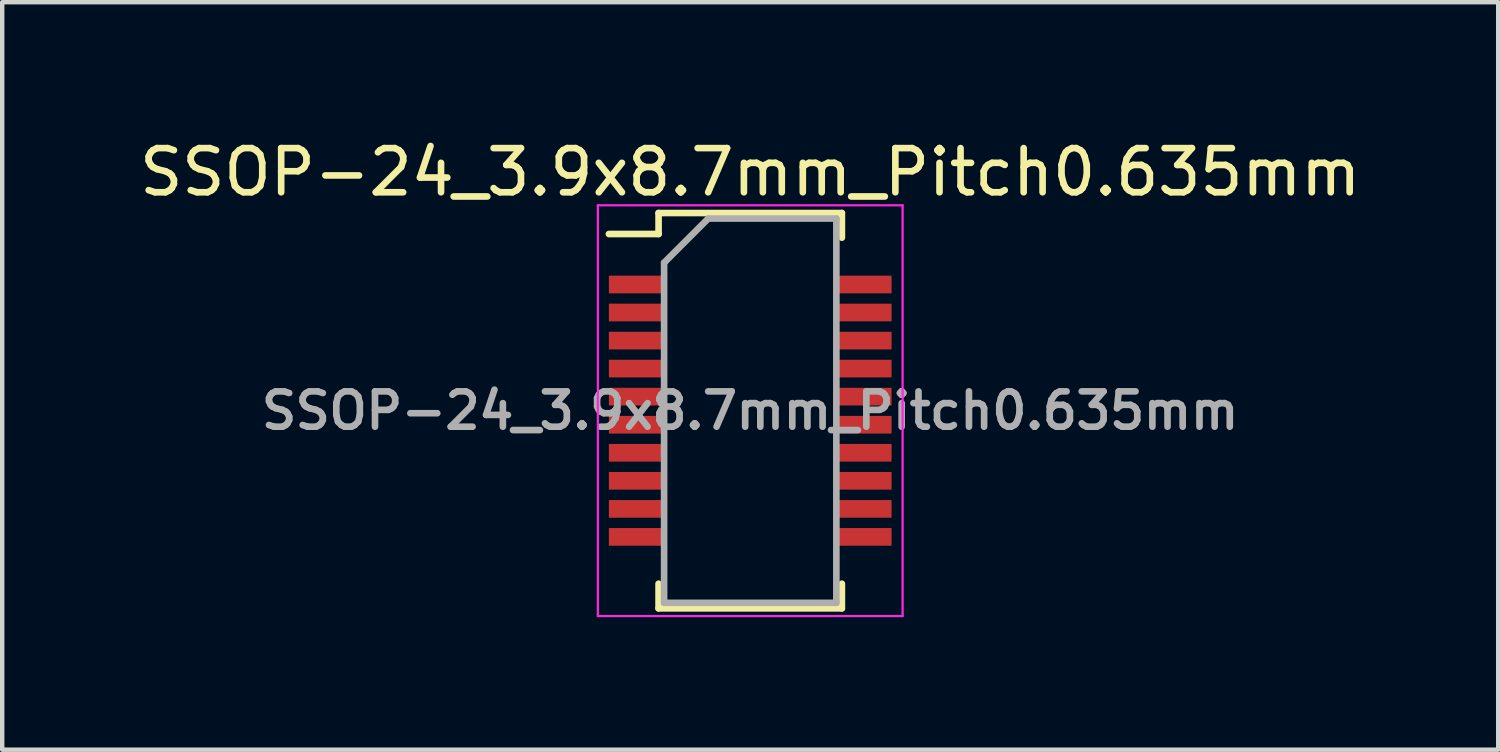
<source format=kicad_pcb>
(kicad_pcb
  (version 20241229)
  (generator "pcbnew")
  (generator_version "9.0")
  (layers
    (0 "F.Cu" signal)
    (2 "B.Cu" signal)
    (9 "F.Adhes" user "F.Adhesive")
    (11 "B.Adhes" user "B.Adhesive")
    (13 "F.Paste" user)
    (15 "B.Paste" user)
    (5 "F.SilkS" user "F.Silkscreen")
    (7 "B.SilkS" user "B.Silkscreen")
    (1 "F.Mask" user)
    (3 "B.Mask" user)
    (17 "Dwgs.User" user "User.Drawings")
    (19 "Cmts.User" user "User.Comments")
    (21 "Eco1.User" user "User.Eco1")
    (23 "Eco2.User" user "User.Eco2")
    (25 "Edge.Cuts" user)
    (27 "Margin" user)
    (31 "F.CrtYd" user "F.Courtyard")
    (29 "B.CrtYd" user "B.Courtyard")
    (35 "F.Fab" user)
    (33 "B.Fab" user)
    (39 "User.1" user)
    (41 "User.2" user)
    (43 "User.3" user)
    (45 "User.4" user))
  (footprint "SSOP-24_3.9x8.7mm_Pitch0.635mm"
    (layer "F.Cu")
    (at 13.935 6.248)
    (property "Reference" "SSOP-24_3.9x8.7mm_Pitch0.635mm" (at 0 -5.4 0) (layer "F.SilkS") (effects (font (size 1 1) (thickness 0.15))))
    (attr smd)
    (fp_line (start -2.075 -4.475) (end -2.075 -4) (stroke (width 0.15) (type solid)) (layer "F.SilkS"))
    (fp_line (start -2.075 -4.475) (end 2.075 -4.475) (stroke (width 0.15) (type solid)) (layer "F.SilkS"))
    (fp_line (start -2.075 -4) (end -3.2 -4) (stroke (width 0.15) (type solid)) (layer "F.SilkS"))
    (fp_line (start -2.075 4.475) (end -2.075 3.917) (stroke (width 0.15) (type solid)) (layer "F.SilkS"))
    (fp_line (start -2.075 4.475) (end 2.075 4.475) (stroke (width 0.15) (type solid)) (layer "F.SilkS"))
    (fp_line (start 2.075 -4.475) (end 2.075 -3.917) (stroke (width 0.15) (type solid)) (layer "F.SilkS"))
    (fp_line (start 2.075 4.475) (end 2.075 3.917) (stroke (width 0.15) (type solid)) (layer "F.SilkS"))
    (fp_line (start -3.45 -4.65) (end -3.45 4.65) (stroke (width 0.05) (type solid)) (layer "F.CrtYd"))
    (fp_line (start -3.45 -4.65) (end 3.45 -4.65) (stroke (width 0.05) (type solid)) (layer "F.CrtYd"))
    (fp_line (start -3.45 4.65) (end 3.45 4.65) (stroke (width 0.05) (type solid)) (layer "F.CrtYd"))
    (fp_line (start 3.45 -4.65) (end 3.45 4.65) (stroke (width 0.05) (type solid)) (layer "F.CrtYd"))
    (fp_line (start -1.95 -3.35) (end -0.95 -4.35) (stroke (width 0.15) (type solid)) (layer "F.Fab"))
    (fp_line (start -1.95 4.35) (end -1.95 -3.35) (stroke (width 0.15) (type solid)) (layer "F.Fab"))
    (fp_line (start -0.95 -4.35) (end 1.95 -4.35) (stroke (width 0.15) (type solid)) (layer "F.Fab"))
    (fp_line (start 1.95 -4.35) (end 1.95 4.35) (stroke (width 0.15) (type solid)) (layer "F.Fab"))
    (fp_line (start 1.95 4.35) (end -1.95 4.35) (stroke (width 0.15) (type solid)) (layer "F.Fab"))
    (fp_text user "${REFERENCE}" (at 0 0 0) (layer "F.Fab") (effects (font (size 0.8 0.8) (thickness 0.15))))
    (pad "1" smd rect (at -2.6 -2.857) (size 1.2 0.4) (layers "F.Cu" "F.Mask" "F.Paste"))
    (pad "2" smd rect (at -2.6 -2.223) (size 1.2 0.4) (layers "F.Cu" "F.Mask" "F.Paste"))
    (pad "3" smd rect (at -2.6 -1.587) (size 1.2 0.4) (layers "F.Cu" "F.Mask" "F.Paste"))
    (pad "4" smd rect (at -2.6 -0.953) (size 1.2 0.4) (layers "F.Cu" "F.Mask" "F.Paste"))
    (pad "5" smd rect (at -2.6 -0.318) (size 1.2 0.4) (layers "F.Cu" "F.Mask" "F.Paste"))
    (pad "6" smd rect (at -2.6 0.318) (size 1.2 0.4) (layers "F.Cu" "F.Mask" "F.Paste"))
    (pad "7" smd rect (at -2.6 0.953) (size 1.2 0.4) (layers "F.Cu" "F.Mask" "F.Paste"))
    (pad "8" smd rect (at -2.6 1.587) (size 1.2 0.4) (layers "F.Cu" "F.Mask" "F.Paste"))
    (pad "9" smd rect (at -2.6 2.223) (size 1.2 0.4) (layers "F.Cu" "F.Mask" "F.Paste"))
    (pad "10" smd rect (at -2.6 2.857) (size 1.2 0.4) (layers "F.Cu" "F.Mask" "F.Paste"))
    (pad "11" smd rect (at 2.6 2.857) (size 1.2 0.4) (layers "F.Cu" "F.Mask" "F.Paste"))
    (pad "12" smd rect (at 2.6 2.223) (size 1.2 0.4) (layers "F.Cu" "F.Mask" "F.Paste"))
    (pad "13" smd rect (at 2.6 1.587) (size 1.2 0.4) (layers "F.Cu" "F.Mask" "F.Paste"))
    (pad "14" smd rect (at 2.6 0.953) (size 1.2 0.4) (layers "F.Cu" "F.Mask" "F.Paste"))
    (pad "15" smd rect (at 2.6 0.318) (size 1.2 0.4) (layers "F.Cu" "F.Mask" "F.Paste"))
    (pad "16" smd rect (at 2.6 -0.318) (size 1.2 0.4) (layers "F.Cu" "F.Mask" "F.Paste"))
    (pad "17" smd rect (at 2.6 -0.953) (size 1.2 0.4) (layers "F.Cu" "F.Mask" "F.Paste"))
    (pad "18" smd rect (at 2.6 -1.587) (size 1.2 0.4) (layers "F.Cu" "F.Mask" "F.Paste"))
    (pad "19" smd rect (at 2.6 -2.223) (size 1.2 0.4) (layers "F.Cu" "F.Mask" "F.Paste"))
    (pad "20" smd rect (at 2.6 -2.857) (size 1.2 0.4) (layers "F.Cu" "F.Mask" "F.Paste")))
  (gr_rect
    (start -3 -3)
    (end 30.869 13.923)
    (stroke (width 0.1) (type default))
    (fill no)
    (layer "Edge.Cuts")))
</source>
